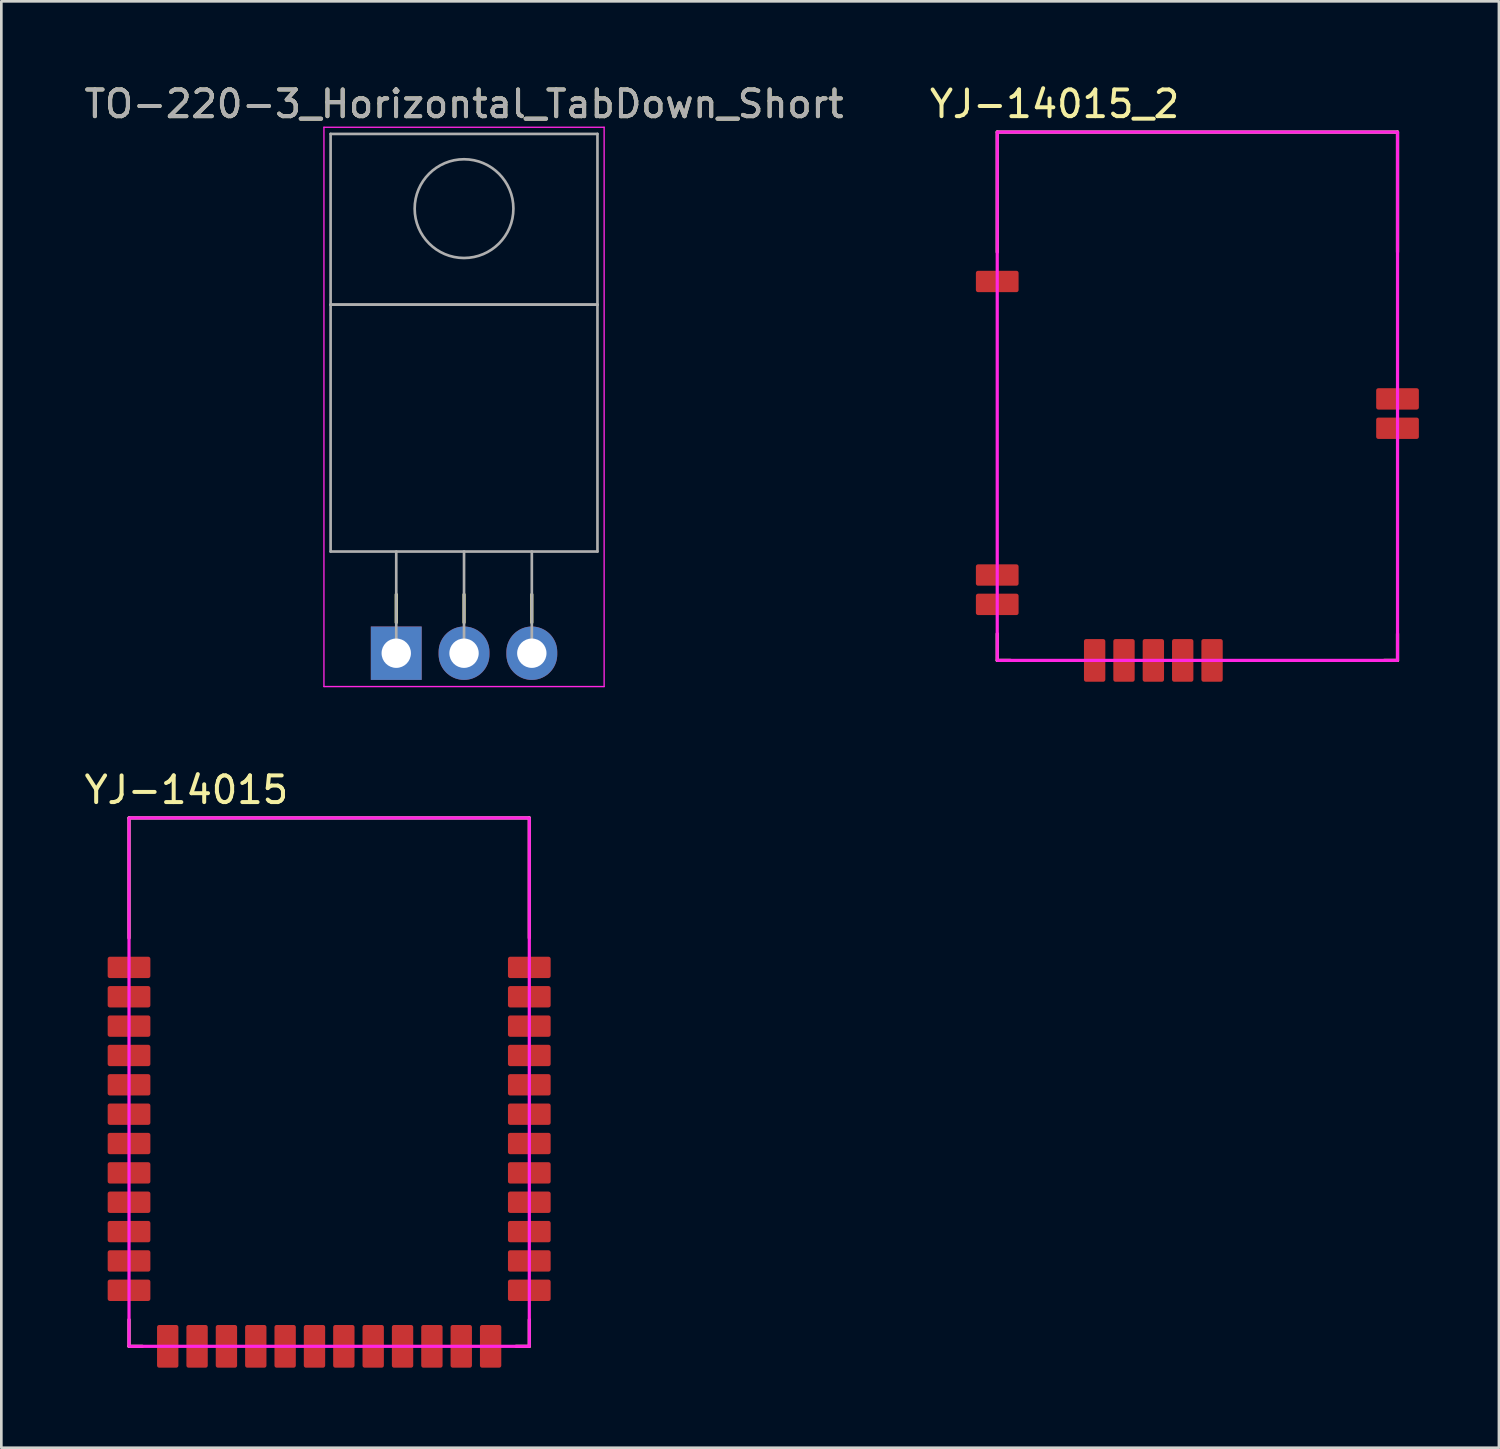
<source format=kicad_pcb>
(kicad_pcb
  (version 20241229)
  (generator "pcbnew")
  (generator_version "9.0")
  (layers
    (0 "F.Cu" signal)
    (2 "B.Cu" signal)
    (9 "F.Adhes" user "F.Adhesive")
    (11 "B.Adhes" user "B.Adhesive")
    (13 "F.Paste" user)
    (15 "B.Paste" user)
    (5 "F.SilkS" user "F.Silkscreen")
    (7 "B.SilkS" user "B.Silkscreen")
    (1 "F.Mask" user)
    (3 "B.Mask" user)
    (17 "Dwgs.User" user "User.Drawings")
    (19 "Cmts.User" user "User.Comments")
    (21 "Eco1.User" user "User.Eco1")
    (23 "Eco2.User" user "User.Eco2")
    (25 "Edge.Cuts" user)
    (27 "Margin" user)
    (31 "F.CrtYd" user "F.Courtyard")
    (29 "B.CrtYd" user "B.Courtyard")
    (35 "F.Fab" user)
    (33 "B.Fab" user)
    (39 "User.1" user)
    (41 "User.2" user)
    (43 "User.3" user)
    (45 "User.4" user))
  (footprint "YJ-14015_2"
    (layer "F.Cu")
    (at 42.02 11.798)
    (property "Reference" "YJ-14015_2" (at -5.55 -10.95 0) (unlocked yes) (layer "F.SilkS") (effects (font (size 1 1) (thickness 0.15))))
    (attr through_hole)
    (fp_line (start -7.7 -9.9) (end -7.7 -5.4) (stroke (width 0.12) (type solid)) (layer "F.SilkS"))
    (fp_line (start -7.7 -9.9) (end 7.3 -9.9) (stroke (width 0.12) (type solid)) (layer "F.SilkS"))
    (fp_line (start -7.7 9.9) (end -7.7 8.9) (stroke (width 0.12) (type solid)) (layer "F.SilkS"))
    (fp_line (start -7.7 9.9) (end -7.2 9.9) (stroke (width 0.12) (type solid)) (layer "F.SilkS"))
    (fp_line (start 7.3 -9.9) (end 7.3 -5.4) (stroke (width 0.12) (type solid)) (layer "F.SilkS"))
    (fp_line (start 7.3 9.9) (end 6.8 9.9) (stroke (width 0.12) (type solid)) (layer "F.SilkS"))
    (fp_line (start 7.3 9.9) (end 7.3 8.9) (stroke (width 0.12) (type solid)) (layer "F.SilkS"))
    (fp_rect (start -7.7 9.9) (end 7.3 -9.9) (stroke (width 0.12) (type solid)) (fill no) (layer "F.CrtYd"))
    (pad "1" smd roundrect (at -7.7 -4.3 180) (size 1.6 0.8) (layers "F.Cu" "F.Mask" "F.Paste") (roundrect_rratio 0.1))
    (pad "9" smd roundrect (at -7.7 6.7 180) (size 1.6 0.8) (layers "F.Cu" "F.Mask" "F.Paste") (roundrect_rratio 0.1))
    (pad "10" smd roundrect (at -7.7 7.8 180) (size 1.6 0.8) (layers "F.Cu" "F.Mask" "F.Paste") (roundrect_rratio 0.1))
    (pad "13" smd roundrect (at -4.05 9.9 270) (size 1.6 0.8) (layers "F.Cu" "F.Mask" "F.Paste") (roundrect_rratio 0.1))
    (pad "14" smd roundrect (at -2.95 9.9 270) (size 1.6 0.8) (layers "F.Cu" "F.Mask" "F.Paste") (roundrect_rratio 0.1))
    (pad "15" smd roundrect (at -1.85 9.9 270) (size 1.6 0.8) (layers "F.Cu" "F.Mask" "F.Paste") (roundrect_rratio 0.1))
    (pad "16" smd roundrect (at -0.75 9.9 270) (size 1.6 0.8) (layers "F.Cu" "F.Mask" "F.Paste") (roundrect_rratio 0.1))
    (pad "17" smd roundrect (at 0.35 9.9 270) (size 1.6 0.8) (layers "F.Cu" "F.Mask" "F.Paste") (roundrect_rratio 0.1))
    (pad "29" smd roundrect (at 7.3 1.2 180) (size 1.6 0.8) (layers "F.Cu" "F.Mask" "F.Paste") (roundrect_rratio 0.1))
    (pad "30" smd roundrect (at 7.3 0.1 180) (size 1.6 0.8) (layers "F.Cu" "F.Mask" "F.Paste") (roundrect_rratio 0.1)))
  (footprint "YJ-14015"
    (layer "F.Cu")
    (at 9.485 37.502)
    (property "Reference" "YJ-14015" (at -5.55 -10.95 0) (unlocked yes) (layer "F.SilkS") (effects (font (size 1 1) (thickness 0.15))))
    (attr through_hole)
    (fp_line (start -7.7 -9.9) (end -7.7 -5.4) (stroke (width 0.12) (type solid)) (layer "F.SilkS"))
    (fp_line (start -7.7 -9.9) (end 7.3 -9.9) (stroke (width 0.12) (type solid)) (layer "F.SilkS"))
    (fp_line (start -7.7 9.9) (end -7.7 8.9) (stroke (width 0.12) (type solid)) (layer "F.SilkS"))
    (fp_line (start -7.7 9.9) (end -7.2 9.9) (stroke (width 0.12) (type solid)) (layer "F.SilkS"))
    (fp_line (start 7.3 -9.9) (end 7.3 -5.4) (stroke (width 0.12) (type solid)) (layer "F.SilkS"))
    (fp_line (start 7.3 9.9) (end 6.8 9.9) (stroke (width 0.12) (type solid)) (layer "F.SilkS"))
    (fp_line (start 7.3 9.9) (end 7.3 8.9) (stroke (width 0.12) (type solid)) (layer "F.SilkS"))
    (fp_rect (start -7.7 9.9) (end 7.3 -9.9) (stroke (width 0.12) (type solid)) (fill no) (layer "F.CrtYd"))
    (pad "1" smd roundrect (at -7.7 -4.3 180) (size 1.6 0.8) (layers "F.Cu" "F.Mask" "F.Paste") (roundrect_rratio 0.1))
    (pad "2" smd roundrect (at -7.7 -3.2 180) (size 1.6 0.8) (layers "F.Cu" "F.Mask" "F.Paste") (roundrect_rratio 0.1))
    (pad "3" smd roundrect (at -7.7 -2.1 180) (size 1.6 0.8) (layers "F.Cu" "F.Mask" "F.Paste") (roundrect_rratio 0.1))
    (pad "4" smd roundrect (at -7.7 -1 180) (size 1.6 0.8) (layers "F.Cu" "F.Mask" "F.Paste") (roundrect_rratio 0.1))
    (pad "5" smd roundrect (at -7.7 0.1 180) (size 1.6 0.8) (layers "F.Cu" "F.Mask" "F.Paste") (roundrect_rratio 0.1))
    (pad "6" smd roundrect (at -7.7 1.2 180) (size 1.6 0.8) (layers "F.Cu" "F.Mask" "F.Paste") (roundrect_rratio 0.1))
    (pad "7" smd roundrect (at -7.7 4.5 180) (size 1.6 0.8) (layers "F.Cu" "F.Mask" "F.Paste") (roundrect_rratio 0.1))
    (pad "8" smd roundrect (at -7.7 5.6 180) (size 1.6 0.8) (layers "F.Cu" "F.Mask" "F.Paste") (roundrect_rratio 0.1))
    (pad "9" smd roundrect (at -7.7 6.7 180) (size 1.6 0.8) (layers "F.Cu" "F.Mask" "F.Paste") (roundrect_rratio 0.1))
    (pad "10" smd roundrect (at -7.7 7.8 180) (size 1.6 0.8) (layers "F.Cu" "F.Mask" "F.Paste") (roundrect_rratio 0.1))
    (pad "11" smd roundrect (at -6.25 9.9 270) (size 1.6 0.8) (layers "F.Cu" "F.Mask" "F.Paste") (roundrect_rratio 0.1))
    (pad "12" smd roundrect (at -5.15 9.9 270) (size 1.6 0.8) (layers "F.Cu" "F.Mask" "F.Paste") (roundrect_rratio 0.1))
    (pad "13" smd roundrect (at -4.05 9.9 270) (size 1.6 0.8) (layers "F.Cu" "F.Mask" "F.Paste") (roundrect_rratio 0.1))
    (pad "14" smd roundrect (at -2.95 9.9 270) (size 1.6 0.8) (layers "F.Cu" "F.Mask" "F.Paste") (roundrect_rratio 0.1))
    (pad "15" smd roundrect (at -1.85 9.9 270) (size 1.6 0.8) (layers "F.Cu" "F.Mask" "F.Paste") (roundrect_rratio 0.1))
    (pad "16" smd roundrect (at -0.75 9.9 270) (size 1.6 0.8) (layers "F.Cu" "F.Mask" "F.Paste") (roundrect_rratio 0.1))
    (pad "17" smd roundrect (at 0.35 9.9 270) (size 1.6 0.8) (layers "F.Cu" "F.Mask" "F.Paste") (roundrect_rratio 0.1))
    (pad "18" smd roundrect (at 1.45 9.9 270) (size 1.6 0.8) (layers "F.Cu" "F.Mask" "F.Paste") (roundrect_rratio 0.1))
    (pad "19" smd roundrect (at 2.55 9.9 270) (size 1.6 0.8) (layers "F.Cu" "F.Mask" "F.Paste") (roundrect_rratio 0.1))
    (pad "20" smd roundrect (at 3.65 9.9 270) (size 1.6 0.8) (layers "F.Cu" "F.Mask" "F.Paste") (roundrect_rratio 0.1))
    (pad "21" smd roundrect (at 4.75 9.9 270) (size 1.6 0.8) (layers "F.Cu" "F.Mask" "F.Paste") (roundrect_rratio 0.1))
    (pad "22" smd roundrect (at 5.85 9.9 270) (size 1.6 0.8) (layers "F.Cu" "F.Mask" "F.Paste") (roundrect_rratio 0.1))
    (pad "23" smd roundrect (at 7.3 7.8 180) (size 1.6 0.8) (layers "F.Cu" "F.Mask" "F.Paste") (roundrect_rratio 0.1))
    (pad "24" smd roundrect (at 7.3 6.7 180) (size 1.6 0.8) (layers "F.Cu" "F.Mask" "F.Paste") (roundrect_rratio 0.1))
    (pad "25" smd roundrect (at 7.3 5.6 180) (size 1.6 0.8) (layers "F.Cu" "F.Mask" "F.Paste") (roundrect_rratio 0.1))
    (pad "26" smd roundrect (at 7.3 4.5 180) (size 1.6 0.8) (layers "F.Cu" "F.Mask" "F.Paste") (roundrect_rratio 0.1))
    (pad "27" smd roundrect (at 7.3 3.4 180) (size 1.6 0.8) (layers "F.Cu" "F.Mask" "F.Paste") (roundrect_rratio 0.1))
    (pad "28" smd roundrect (at 7.3 2.3 180) (size 1.6 0.8) (layers "F.Cu" "F.Mask" "F.Paste") (roundrect_rratio 0.1))
    (pad "29" smd roundrect (at 7.3 1.2 180) (size 1.6 0.8) (layers "F.Cu" "F.Mask" "F.Paste") (roundrect_rratio 0.1))
    (pad "30" smd roundrect (at 7.3 0.1 180) (size 1.6 0.8) (layers "F.Cu" "F.Mask" "F.Paste") (roundrect_rratio 0.1))
    (pad "31" smd roundrect (at 7.3 -1 180) (size 1.6 0.8) (layers "F.Cu" "F.Mask" "F.Paste") (roundrect_rratio 0.1))
    (pad "32" smd roundrect (at 7.3 -2.1 180) (size 1.6 0.8) (layers "F.Cu" "F.Mask" "F.Paste") (roundrect_rratio 0.1))
    (pad "33" smd roundrect (at 7.3 -3.2 180) (size 1.6 0.8) (layers "F.Cu" "F.Mask" "F.Paste") (roundrect_rratio 0.1))
    (pad "34" smd roundrect (at 7.3 -4.3 180) (size 1.6 0.8) (layers "F.Cu" "F.Mask" "F.Paste") (roundrect_rratio 0.1))
    (pad "35" smd roundrect (at -7.7 2.3 180) (size 1.6 0.8) (layers "F.Cu" "F.Mask" "F.Paste") (roundrect_rratio 0.1))
    (pad "36" smd roundrect (at -7.7 3.4 180) (size 1.6 0.8) (layers "F.Cu" "F.Mask" "F.Paste") (roundrect_rratio 0.1)))
  (footprint "TO-220-3_Horizontal_TabDown_Short"
    (layer "F.Cu")
    (at 11.799 21.428)
    (property "Reference" "TO-220-3_Horizontal_TabDown_Short" (at 2.54 -20.58 0) (layer "F.SilkS") (effects (font (size 1 1) (thickness 0.15))))
    (attr through_hole)
    (fp_line (start 0 -2.2) (end 0 -1.15) (stroke (width 0.12) (type solid)) (layer "F.SilkS"))
    (fp_line (start 2.54 -2.2) (end 2.54 -1.15) (stroke (width 0.12) (type solid)) (layer "F.SilkS"))
    (fp_line (start 5.08 -2.2) (end 5.08 -1.15) (stroke (width 0.12) (type solid)) (layer "F.SilkS"))
    (fp_line (start -2.71 -19.71) (end -2.71 1.25) (stroke (width 0.05) (type solid)) (layer "F.CrtYd"))
    (fp_line (start -2.71 1.25) (end 7.79 1.25) (stroke (width 0.05) (type solid)) (layer "F.CrtYd"))
    (fp_line (start 7.79 -19.71) (end -2.71 -19.71) (stroke (width 0.05) (type solid)) (layer "F.CrtYd"))
    (fp_line (start 7.79 1.25) (end 7.79 -19.71) (stroke (width 0.05) (type solid)) (layer "F.CrtYd"))
    (fp_line (start -2.46 -19.46) (end 7.54 -19.46) (stroke (width 0.1) (type solid)) (layer "F.Fab"))
    (fp_line (start -2.46 -13.06) (end -2.46 -19.46) (stroke (width 0.1) (type solid)) (layer "F.Fab"))
    (fp_line (start -2.46 -13.06) (end 7.54 -13.06) (stroke (width 0.1) (type solid)) (layer "F.Fab"))
    (fp_line (start -2.46 -3.81) (end -2.46 -13.06) (stroke (width 0.1) (type solid)) (layer "F.Fab"))
    (fp_line (start 0 -3.81) (end 0 0) (stroke (width 0.1) (type solid)) (layer "F.Fab"))
    (fp_line (start 2.54 -3.81) (end 2.54 0) (stroke (width 0.1) (type solid)) (layer "F.Fab"))
    (fp_line (start 5.08 -3.81) (end 5.08 0) (stroke (width 0.1) (type solid)) (layer "F.Fab"))
    (fp_line (start 7.54 -19.46) (end 7.54 -13.06) (stroke (width 0.1) (type solid)) (layer "F.Fab"))
    (fp_line (start 7.54 -13.06) (end -2.46 -13.06) (stroke (width 0.1) (type solid)) (layer "F.Fab"))
    (fp_line (start 7.54 -13.06) (end 7.54 -3.81) (stroke (width 0.1) (type solid)) (layer "F.Fab"))
    (fp_line (start 7.54 -3.81) (end -2.46 -3.81) (stroke (width 0.1) (type solid)) (layer "F.Fab"))
    (fp_circle (center 2.54 -16.66) (end 4.39 -16.66) (stroke (width 0.1) (type solid)) (fill no) (layer "F.Fab"))
    (fp_text user "${REFERENCE}" (at 2.54 -20.58 0) (layer "F.Fab") (effects (font (size 1 1) (thickness 0.15))))
    (pad "1" thru_hole rect (at 0 0) (size 1.905 2) (drill 1.1) (layers "*.Cu" "*.Mask"))
    (pad "2" thru_hole oval (at 2.54 0) (size 1.905 2) (drill 1.1) (layers "*.Cu" "*.Mask"))
    (pad "3" thru_hole oval (at 5.08 0) (size 1.905 2) (drill 1.1) (layers "*.Cu" "*.Mask")))
  (gr_rect
    (start -3 -3)
    (end 53.12 51.202)
    (stroke (width 0.1) (type default))
    (fill no)
    (layer "Edge.Cuts")))
</source>
